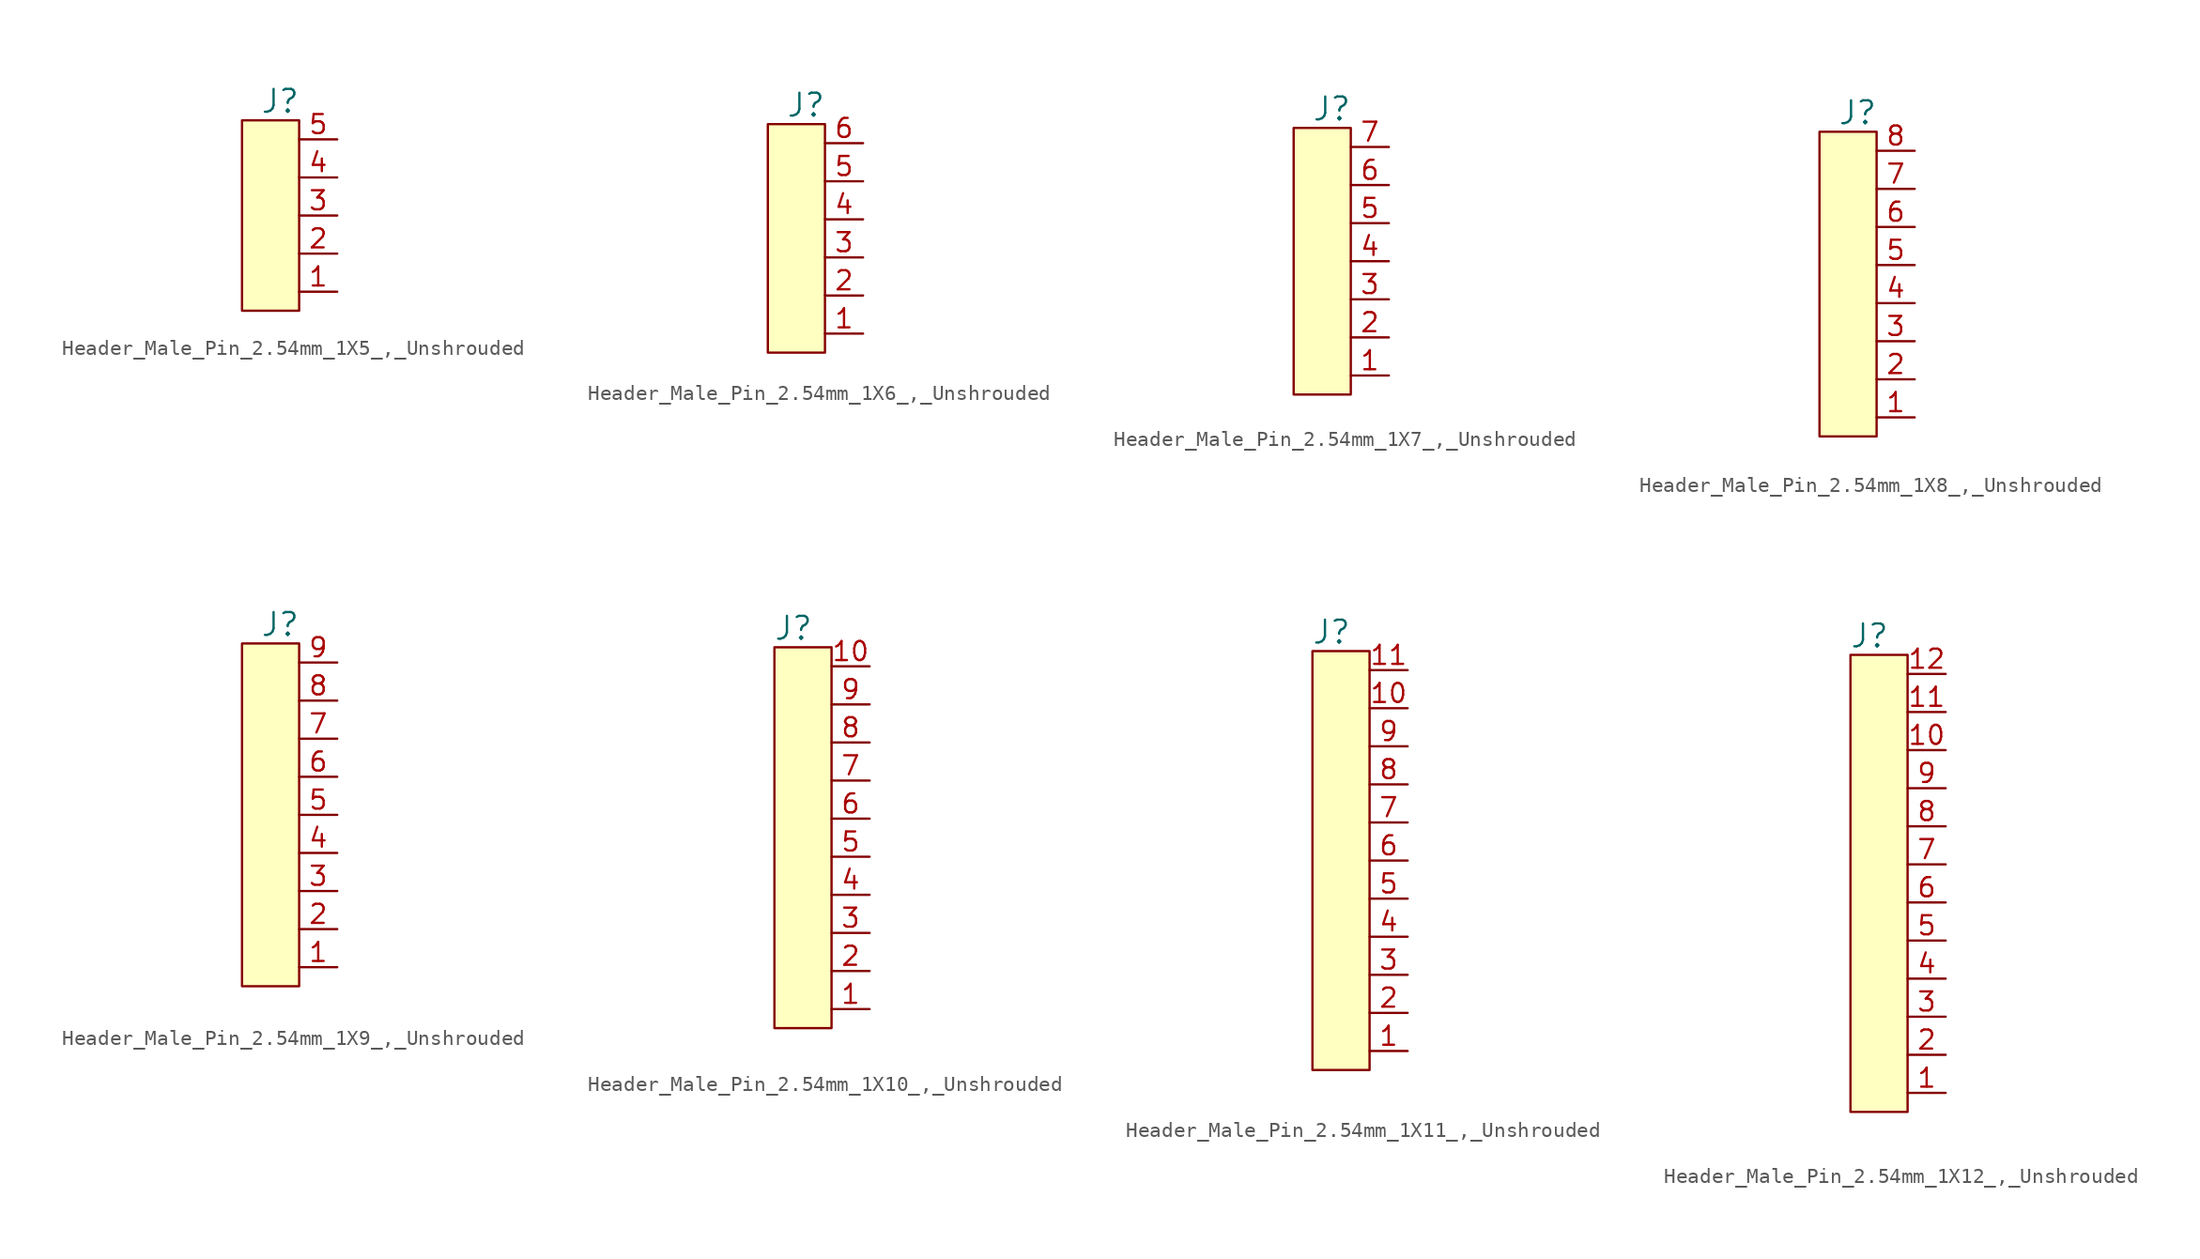
<source format=kicad_sym>
(kicad_symbol_lib
  (version 20220914)
  (generator kicad_symbol_editor)
  (symbol "Header_Male_Pin_2.54mm_1X5_,_Unshrouded"
    (pin_names
      (offset 0) hide)
    (property "Reference" "J"
      (at -1.27 12.7 0)
      (effects (font (size 1.524 1.524))))
    (symbol "Header_Male_Pin_2.54mm_1X5_,_Unshrouded_0_0"
      (rectangle (start -3.81 11.43) (end 0 -1.27) (stroke (width 0) (type default)) (fill (type background))))
    (symbol "Header_Male_Pin_2.54mm_1X5_,_Unshrouded_1_1"
      (pin passive line (at 2.54 0 180) (length 2.54) (name "~" (effects (font (size 1.016 1.016)))) (number "1" (effects (font (size 1.27 1.27)))))
      (pin passive line (at 2.54 2.54 180) (length 2.54) (name "~" (effects (font (size 1.27 1.27)))) (number "2" (effects (font (size 1.27 1.27)))))
      (pin passive line (at 2.54 5.08 180) (length 2.54) (name "~" (effects (font (size 1.27 1.27)))) (number "3" (effects (font (size 1.27 1.27)))))
      (pin passive line (at 2.54 7.62 180) (length 2.54) (name "~" (effects (font (size 1.27 1.27)))) (number "4" (effects (font (size 1.27 1.27)))))
      (pin passive line (at 2.54 10.16 180) (length 2.54) (name "~" (effects (font (size 1.27 1.27)))) (number "5" (effects (font (size 1.27 1.27)))))))
  (symbol "Header_Male_Pin_2.54mm_1X6_,_Unshrouded"
    (pin_names
      (offset 0) hide)
    (property "Reference" "J"
      (at -1.27 15.24 0)
      (effects (font (size 1.524 1.524))))
    (symbol "Header_Male_Pin_2.54mm_1X6_,_Unshrouded_0_0"
      (rectangle (start -3.81 13.97) (end 0 -1.27) (stroke (width 0) (type default)) (fill (type background))))
    (symbol "Header_Male_Pin_2.54mm_1X6_,_Unshrouded_1_1"
      (pin passive line (at 2.54 0 180) (length 2.54) (name "~" (effects (font (size 1.016 1.016)))) (number "1" (effects (font (size 1.27 1.27)))))
      (pin passive line (at 2.54 2.54 180) (length 2.54) (name "~" (effects (font (size 1.27 1.27)))) (number "2" (effects (font (size 1.27 1.27)))))
      (pin passive line (at 2.54 5.08 180) (length 2.54) (name "~" (effects (font (size 1.27 1.27)))) (number "3" (effects (font (size 1.27 1.27)))))
      (pin passive line (at 2.54 7.62 180) (length 2.54) (name "~" (effects (font (size 1.27 1.27)))) (number "4" (effects (font (size 1.27 1.27)))))
      (pin passive line (at 2.54 10.16 180) (length 2.54) (name "~" (effects (font (size 1.27 1.27)))) (number "5" (effects (font (size 1.27 1.27)))))
      (pin passive line (at 2.54 12.7 180) (length 2.54) (name "~" (effects (font (size 1.27 1.27)))) (number "6" (effects (font (size 1.27 1.27)))))))
  (symbol "Header_Male_Pin_2.54mm_1X7_,_Unshrouded"
    (pin_names
      (offset 0) hide)
    (property "Reference" "J"
      (at -1.27 17.78 0)
      (effects (font (size 1.524 1.524))))
    (symbol "Header_Male_Pin_2.54mm_1X7_,_Unshrouded_0_0"
      (rectangle (start -3.81 16.51) (end 0 -1.27) (stroke (width 0) (type default)) (fill (type background))))
    (symbol "Header_Male_Pin_2.54mm_1X7_,_Unshrouded_1_1"
      (pin passive line (at 2.54 0 180) (length 2.54) (name "~" (effects (font (size 1.016 1.016)))) (number "1" (effects (font (size 1.27 1.27)))))
      (pin passive line (at 2.54 2.54 180) (length 2.54) (name "~" (effects (font (size 1.27 1.27)))) (number "2" (effects (font (size 1.27 1.27)))))
      (pin passive line (at 2.54 5.08 180) (length 2.54) (name "~" (effects (font (size 1.27 1.27)))) (number "3" (effects (font (size 1.27 1.27)))))
      (pin passive line (at 2.54 7.62 180) (length 2.54) (name "~" (effects (font (size 1.27 1.27)))) (number "4" (effects (font (size 1.27 1.27)))))
      (pin passive line (at 2.54 10.16 180) (length 2.54) (name "~" (effects (font (size 1.27 1.27)))) (number "5" (effects (font (size 1.27 1.27)))))
      (pin passive line (at 2.54 12.7 180) (length 2.54) (name "~" (effects (font (size 1.27 1.27)))) (number "6" (effects (font (size 1.27 1.27)))))
      (pin passive line (at 2.54 15.24 180) (length 2.54) (name "~" (effects (font (size 1.27 1.27)))) (number "7" (effects (font (size 1.27 1.27)))))))
  (symbol "Header_Male_Pin_2.54mm_1X8_,_Unshrouded"
    (pin_names
      (offset 0) hide)
    (property "Reference" "J"
      (at -1.27 20.32 0)
      (effects (font (size 1.524 1.524))))
    (symbol "Header_Male_Pin_2.54mm_1X8_,_Unshrouded_0_0"
      (rectangle (start -3.81 19.05) (end 0 -1.27) (stroke (width 0) (type default)) (fill (type background))))
    (symbol "Header_Male_Pin_2.54mm_1X8_,_Unshrouded_1_1"
      (pin passive line (at 2.54 0 180) (length 2.54) (name "~" (effects (font (size 1.016 1.016)))) (number "1" (effects (font (size 1.27 1.27)))))
      (pin passive line (at 2.54 2.54 180) (length 2.54) (name "~" (effects (font (size 1.27 1.27)))) (number "2" (effects (font (size 1.27 1.27)))))
      (pin passive line (at 2.54 5.08 180) (length 2.54) (name "~" (effects (font (size 1.27 1.27)))) (number "3" (effects (font (size 1.27 1.27)))))
      (pin passive line (at 2.54 7.62 180) (length 2.54) (name "~" (effects (font (size 1.27 1.27)))) (number "4" (effects (font (size 1.27 1.27)))))
      (pin passive line (at 2.54 10.16 180) (length 2.54) (name "~" (effects (font (size 1.27 1.27)))) (number "5" (effects (font (size 1.27 1.27)))))
      (pin passive line (at 2.54 12.7 180) (length 2.54) (name "~" (effects (font (size 1.27 1.27)))) (number "6" (effects (font (size 1.27 1.27)))))
      (pin passive line (at 2.54 15.24 180) (length 2.54) (name "~" (effects (font (size 1.27 1.27)))) (number "7" (effects (font (size 1.27 1.27)))))
      (pin passive line (at 2.54 17.78 180) (length 2.54) (name "~" (effects (font (size 1.27 1.27)))) (number "8" (effects (font (size 1.27 1.27)))))))
  (symbol "Header_Male_Pin_2.54mm_1X9_,_Unshrouded"
    (pin_names
      (offset 0) hide)
    (property "Reference" "J"
      (at -1.27 22.86 0)
      (effects (font (size 1.524 1.524))))
    (symbol "Header_Male_Pin_2.54mm_1X9_,_Unshrouded_0_0"
      (rectangle (start -3.81 21.59) (end 0 -1.27) (stroke (width 0) (type default)) (fill (type background))))
    (symbol "Header_Male_Pin_2.54mm_1X9_,_Unshrouded_1_1"
      (pin passive line (at 2.54 0 180) (length 2.54) (name "~" (effects (font (size 1.016 1.016)))) (number "1" (effects (font (size 1.27 1.27)))))
      (pin passive line (at 2.54 2.54 180) (length 2.54) (name "~" (effects (font (size 1.27 1.27)))) (number "2" (effects (font (size 1.27 1.27)))))
      (pin passive line (at 2.54 5.08 180) (length 2.54) (name "~" (effects (font (size 1.27 1.27)))) (number "3" (effects (font (size 1.27 1.27)))))
      (pin passive line (at 2.54 7.62 180) (length 2.54) (name "~" (effects (font (size 1.27 1.27)))) (number "4" (effects (font (size 1.27 1.27)))))
      (pin passive line (at 2.54 10.16 180) (length 2.54) (name "~" (effects (font (size 1.27 1.27)))) (number "5" (effects (font (size 1.27 1.27)))))
      (pin passive line (at 2.54 12.7 180) (length 2.54) (name "~" (effects (font (size 1.27 1.27)))) (number "6" (effects (font (size 1.27 1.27)))))
      (pin passive line (at 2.54 15.24 180) (length 2.54) (name "~" (effects (font (size 1.27 1.27)))) (number "7" (effects (font (size 1.27 1.27)))))
      (pin passive line (at 2.54 17.78 180) (length 2.54) (name "~" (effects (font (size 1.27 1.27)))) (number "8" (effects (font (size 1.27 1.27)))))
      (pin passive line (at 2.54 20.32 180) (length 2.54) (name "~" (effects (font (size 1.27 1.27)))) (number "9" (effects (font (size 1.27 1.27)))))))
  (symbol "Header_Male_Pin_2.54mm_1X10_,_Unshrouded"
    (pin_names
      (offset 0) hide)
    (property "Reference" "J"
      (at -2.54 25.4 0)
      (effects (font (size 1.524 1.524))))
    (symbol "Header_Male_Pin_2.54mm_1X10_,_Unshrouded_0_0"
      (rectangle (start -3.81 24.13) (end 0 -1.27) (stroke (width 0) (type default)) (fill (type background))))
    (symbol "Header_Male_Pin_2.54mm_1X10_,_Unshrouded_1_1"
      (pin passive line (at 2.54 0 180) (length 2.54) (name "~" (effects (font (size 1.016 1.016)))) (number "1" (effects (font (size 1.27 1.27)))))
      (pin passive line (at 2.54 22.86 180) (length 2.54) (name "~" (effects (font (size 1.27 1.27)))) (number "10" (effects (font (size 1.27 1.27)))))
      (pin passive line (at 2.54 2.54 180) (length 2.54) (name "~" (effects (font (size 1.27 1.27)))) (number "2" (effects (font (size 1.27 1.27)))))
      (pin passive line (at 2.54 5.08 180) (length 2.54) (name "~" (effects (font (size 1.27 1.27)))) (number "3" (effects (font (size 1.27 1.27)))))
      (pin passive line (at 2.54 7.62 180) (length 2.54) (name "~" (effects (font (size 1.27 1.27)))) (number "4" (effects (font (size 1.27 1.27)))))
      (pin passive line (at 2.54 10.16 180) (length 2.54) (name "~" (effects (font (size 1.27 1.27)))) (number "5" (effects (font (size 1.27 1.27)))))
      (pin passive line (at 2.54 12.7 180) (length 2.54) (name "~" (effects (font (size 1.27 1.27)))) (number "6" (effects (font (size 1.27 1.27)))))
      (pin passive line (at 2.54 15.24 180) (length 2.54) (name "~" (effects (font (size 1.27 1.27)))) (number "7" (effects (font (size 1.27 1.27)))))
      (pin passive line (at 2.54 17.78 180) (length 2.54) (name "~" (effects (font (size 1.27 1.27)))) (number "8" (effects (font (size 1.27 1.27)))))
      (pin passive line (at 2.54 20.32 180) (length 2.54) (name "~" (effects (font (size 1.27 1.27)))) (number "9" (effects (font (size 1.27 1.27)))))))
  (symbol "Header_Male_Pin_2.54mm_1X11_,_Unshrouded"
    (pin_names
      (offset 0) hide)
    (property "Reference" "J"
      (at -2.54 27.94 0)
      (effects (font (size 1.524 1.524))))
    (symbol "Header_Male_Pin_2.54mm_1X11_,_Unshrouded_0_0"
      (rectangle (start -3.81 26.67) (end 0 -1.27) (stroke (width 0) (type default)) (fill (type background))))
    (symbol "Header_Male_Pin_2.54mm_1X11_,_Unshrouded_1_1"
      (pin passive line (at 2.54 0 180) (length 2.54) (name "~" (effects (font (size 1.016 1.016)))) (number "1" (effects (font (size 1.27 1.27)))))
      (pin passive line (at 2.54 22.86 180) (length 2.54) (name "~" (effects (font (size 1.27 1.27)))) (number "10" (effects (font (size 1.27 1.27)))))
      (pin passive line (at 2.54 25.4 180) (length 2.54) (name "~" (effects (font (size 1.27 1.27)))) (number "11" (effects (font (size 1.27 1.27)))))
      (pin passive line (at 2.54 2.54 180) (length 2.54) (name "~" (effects (font (size 1.27 1.27)))) (number "2" (effects (font (size 1.27 1.27)))))
      (pin passive line (at 2.54 5.08 180) (length 2.54) (name "~" (effects (font (size 1.27 1.27)))) (number "3" (effects (font (size 1.27 1.27)))))
      (pin passive line (at 2.54 7.62 180) (length 2.54) (name "~" (effects (font (size 1.27 1.27)))) (number "4" (effects (font (size 1.27 1.27)))))
      (pin passive line (at 2.54 10.16 180) (length 2.54) (name "~" (effects (font (size 1.27 1.27)))) (number "5" (effects (font (size 1.27 1.27)))))
      (pin passive line (at 2.54 12.7 180) (length 2.54) (name "~" (effects (font (size 1.27 1.27)))) (number "6" (effects (font (size 1.27 1.27)))))
      (pin passive line (at 2.54 15.24 180) (length 2.54) (name "~" (effects (font (size 1.27 1.27)))) (number "7" (effects (font (size 1.27 1.27)))))
      (pin passive line (at 2.54 17.78 180) (length 2.54) (name "~" (effects (font (size 1.27 1.27)))) (number "8" (effects (font (size 1.27 1.27)))))
      (pin passive line (at 2.54 20.32 180) (length 2.54) (name "~" (effects (font (size 1.27 1.27)))) (number "9" (effects (font (size 1.27 1.27)))))))
  (symbol "Header_Male_Pin_2.54mm_1X12_,_Unshrouded"
    (pin_names
      (offset 0) hide)
    (property "Reference" "J"
      (at -2.54 30.48 0)
      (effects (font (size 1.524 1.524))))
    (symbol "Header_Male_Pin_2.54mm_1X12_,_Unshrouded_0_0"
      (rectangle (start -3.81 29.21) (end 0 -1.27) (stroke (width 0) (type default)) (fill (type background))))
    (symbol "Header_Male_Pin_2.54mm_1X12_,_Unshrouded_1_1"
      (pin passive line (at 2.54 0 180) (length 2.54) (name "~" (effects (font (size 1.016 1.016)))) (number "1" (effects (font (size 1.27 1.27)))))
      (pin passive line (at 2.54 22.86 180) (length 2.54) (name "~" (effects (font (size 1.27 1.27)))) (number "10" (effects (font (size 1.27 1.27)))))
      (pin passive line (at 2.54 25.4 180) (length 2.54) (name "~" (effects (font (size 1.27 1.27)))) (number "11" (effects (font (size 1.27 1.27)))))
      (pin passive line (at 2.54 27.94 180) (length 2.54) (name "~" (effects (font (size 1.27 1.27)))) (number "12" (effects (font (size 1.27 1.27)))))
      (pin passive line (at 2.54 2.54 180) (length 2.54) (name "~" (effects (font (size 1.27 1.27)))) (number "2" (effects (font (size 1.27 1.27)))))
      (pin passive line (at 2.54 5.08 180) (length 2.54) (name "~" (effects (font (size 1.27 1.27)))) (number "3" (effects (font (size 1.27 1.27)))))
      (pin passive line (at 2.54 7.62 180) (length 2.54) (name "~" (effects (font (size 1.27 1.27)))) (number "4" (effects (font (size 1.27 1.27)))))
      (pin passive line (at 2.54 10.16 180) (length 2.54) (name "~" (effects (font (size 1.27 1.27)))) (number "5" (effects (font (size 1.27 1.27)))))
      (pin passive line (at 2.54 12.7 180) (length 2.54) (name "~" (effects (font (size 1.27 1.27)))) (number "6" (effects (font (size 1.27 1.27)))))
      (pin passive line (at 2.54 15.24 180) (length 2.54) (name "~" (effects (font (size 1.27 1.27)))) (number "7" (effects (font (size 1.27 1.27)))))
      (pin passive line (at 2.54 17.78 180) (length 2.54) (name "~" (effects (font (size 1.27 1.27)))) (number "8" (effects (font (size 1.27 1.27)))))
      (pin passive line (at 2.54 20.32 180) (length 2.54) (name "~" (effects (font (size 1.27 1.27)))) (number "9" (effects (font (size 1.27 1.27))))))))
</source>
